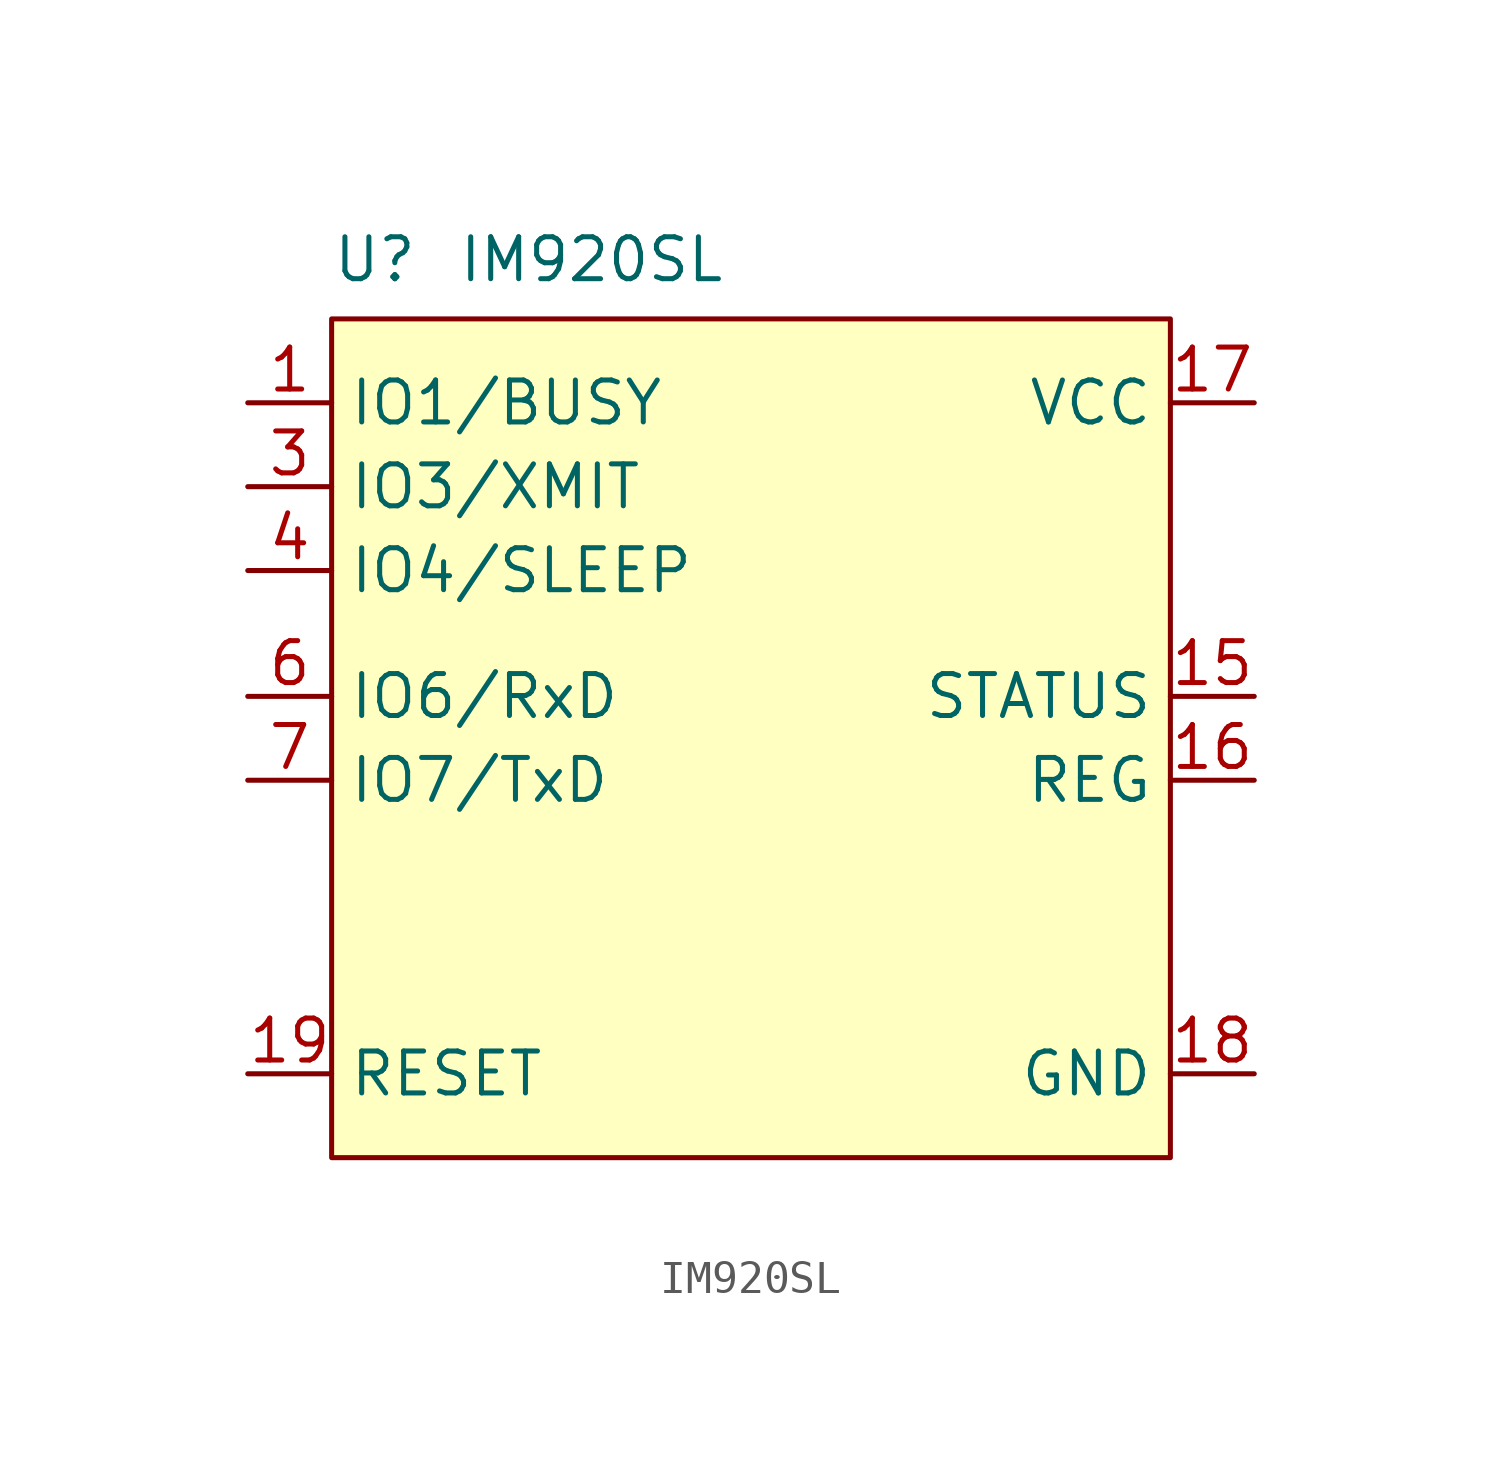
<source format=kicad_sym>
(kicad_symbol_lib
  (version 20241209)
  (generator "kicad_symbol_editor")
  (generator_version "9.0")
  (symbol "IM920SL"
    (property "Reference" "U"
      (at -12.7 15.24 0)
      (effects (font (size 1.27 1.27)) (justify left top)))
    (property "Value" "IM920SL"
      (at -8.89 15.24 0)
      (effects (font (size 1.27 1.27)) (justify left top)))
    (symbol "IM920SL_0_0"
      (pin output line (at -15.24 10.16 0) (length 2.54) (name "IO1/BUSY" (effects (font (size 1.27 1.27)))) (number "1" (effects (font (size 1.27 1.27)))))
      (pin output line (at -15.24 7.62 0) (length 2.54) (name "IO3/XMIT" (effects (font (size 1.27 1.27)))) (number "3" (effects (font (size 1.27 1.27)))))
      (pin output line (at -15.24 5.08 0) (length 2.54) (name "IO4/SLEEP" (effects (font (size 1.27 1.27)))) (number "4" (effects (font (size 1.27 1.27)))))
      (pin input line (at -15.24 1.27 0) (length 2.54) (name "IO6/RxD" (effects (font (size 1.27 1.27)))) (number "6" (effects (font (size 1.27 1.27)))))
      (pin output line (at -15.24 -1.27 0) (length 2.54) (name "IO7/TxD" (effects (font (size 1.27 1.27)))) (number "7" (effects (font (size 1.27 1.27)))))
      (pin input line (at -15.24 -10.16 0) (length 2.54) (name "RESET" (effects (font (size 1.27 1.27)))) (number "19" (effects (font (size 1.27 1.27)))))
      (pin no_connect line (at 12.7 3.81 180) (length 2.54) (hide yes) (name "RSV" (effects (font (size 1.27 1.27)))) (number "11" (effects (font (size 1.27 1.27)))))
      (pin no_connect line (at 12.7 3.81 180) (length 2.54) (hide yes) (name "RSV" (effects (font (size 1.27 1.27)))) (number "12" (effects (font (size 1.27 1.27)))))
      (pin no_connect line (at 12.7 3.81 180) (length 2.54) (hide yes) (name "RSV" (effects (font (size 1.27 1.27)))) (number "13" (effects (font (size 1.27 1.27)))))
      (pin no_connect line (at 12.7 3.81 180) (length 2.54) (hide yes) (name "RSV" (effects (font (size 1.27 1.27)))) (number "14" (effects (font (size 1.27 1.27)))))
      (pin power_in line (at 15.24 10.16 180) (length 2.54) (name "VCC" (effects (font (size 1.27 1.27)))) (number "17" (effects (font (size 1.27 1.27)))))
      (pin output line (at 15.24 1.27 180) (length 2.54) (name "STATUS" (effects (font (size 1.27 1.27)))) (number "15" (effects (font (size 1.27 1.27)))))
      (pin input line (at 15.24 -1.27 180) (length 2.54) (name "REG" (effects (font (size 1.27 1.27)))) (number "16" (effects (font (size 1.27 1.27)))))
      (pin no_connect line (at 15.24 -7.62 180) (length 2.54) (hide yes) (name "IO10" (effects (font (size 1.27 1.27)))) (number "10" (effects (font (size 1.27 1.27)))))
      (pin no_connect line (at 15.24 -7.62 180) (length 2.54) (hide yes) (name "IO2" (effects (font (size 1.27 1.27)))) (number "2" (effects (font (size 1.27 1.27)))))
      (pin no_connect line (at 15.24 -7.62 180) (length 2.54) (hide yes) (name "RSV" (effects (font (size 1.27 1.27)))) (number "20" (effects (font (size 1.27 1.27)))))
      (pin no_connect line (at 15.24 -7.62 180) (length 2.54) (hide yes) (name "IO5" (effects (font (size 1.27 1.27)))) (number "5" (effects (font (size 1.27 1.27)))))
      (pin no_connect line (at 15.24 -7.62 180) (length 2.54) (hide yes) (name "IO8" (effects (font (size 1.27 1.27)))) (number "8" (effects (font (size 1.27 1.27)))))
      (pin no_connect line (at 15.24 -7.62 180) (length 2.54) (hide yes) (name "IO9" (effects (font (size 1.27 1.27)))) (number "9" (effects (font (size 1.27 1.27)))))
      (pin power_in line (at 15.24 -10.16 180) (length 2.54) (name "GND" (effects (font (size 1.27 1.27)))) (number "18" (effects (font (size 1.27 1.27))))))
    (symbol "IM920SL_0_1"
      (rectangle (start -12.7 12.7) (end 12.7 -12.7) (stroke (width 0) (type default)) (fill (type background))))))
</source>
